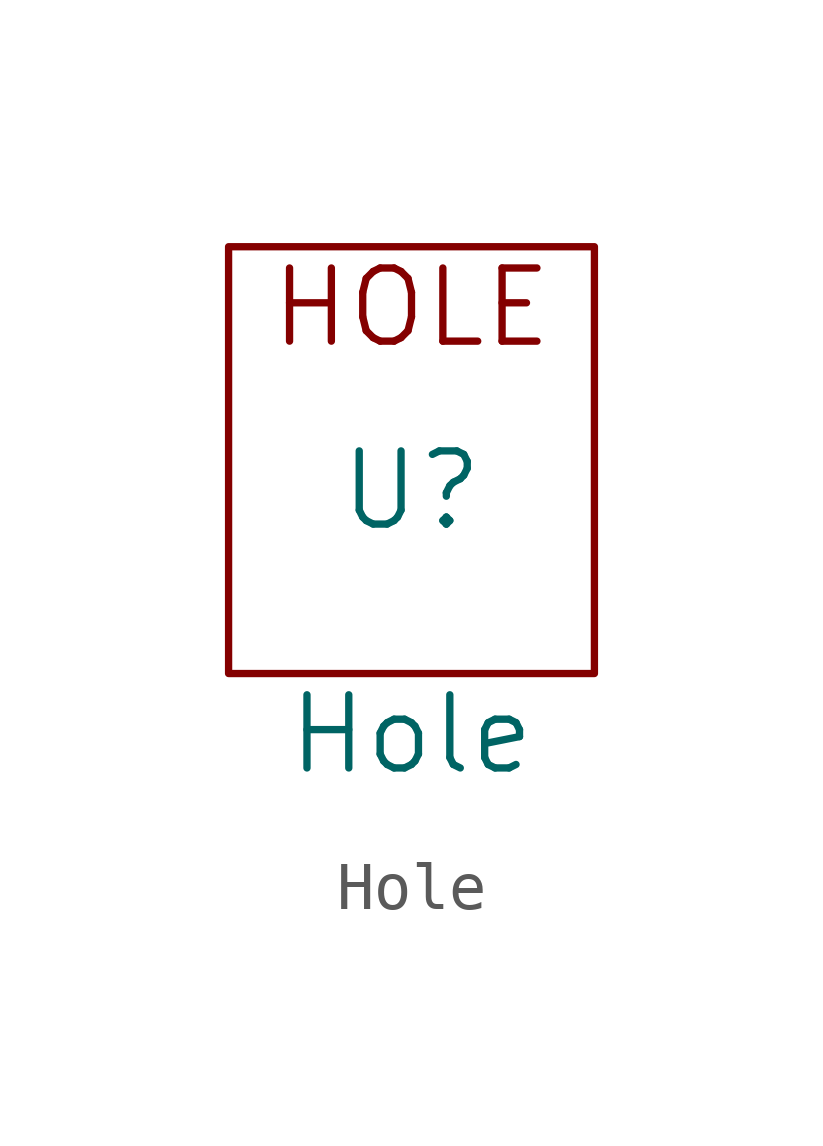
<source format=kicad_sym>
(kicad_symbol_lib
  (version 20211014)
  (generator kicad_symbol_editor)
  (symbol "Hole"
    (pin_names
      (offset 1.016))
    (property "Reference" "U"
      (at 0 0 0)
      (effects (font (size 1.524 1.524))))
    (property "Value" "Hole"
      (at 0 -5.08 0)
      (effects (font (size 1.524 1.524))))
    (property "Footprint" ""
      (at 0 0 0)
      (effects (font (size 1.524 1.524))))
    (property "Datasheet" ""
      (at 0 0 0)
      (effects (font (size 1.524 1.524))))
    (symbol "Hole_0_0"
      (text "HOLE" (at 0 3.81 0) (effects (font (size 1.524 1.524)))))
    (symbol "Hole_0_1"
      (rectangle (start 3.81 5.08) (end -3.81 -3.81) (stroke (width 0) (type default) (color 0 0 0 0)) (fill (type none))))))
</source>
